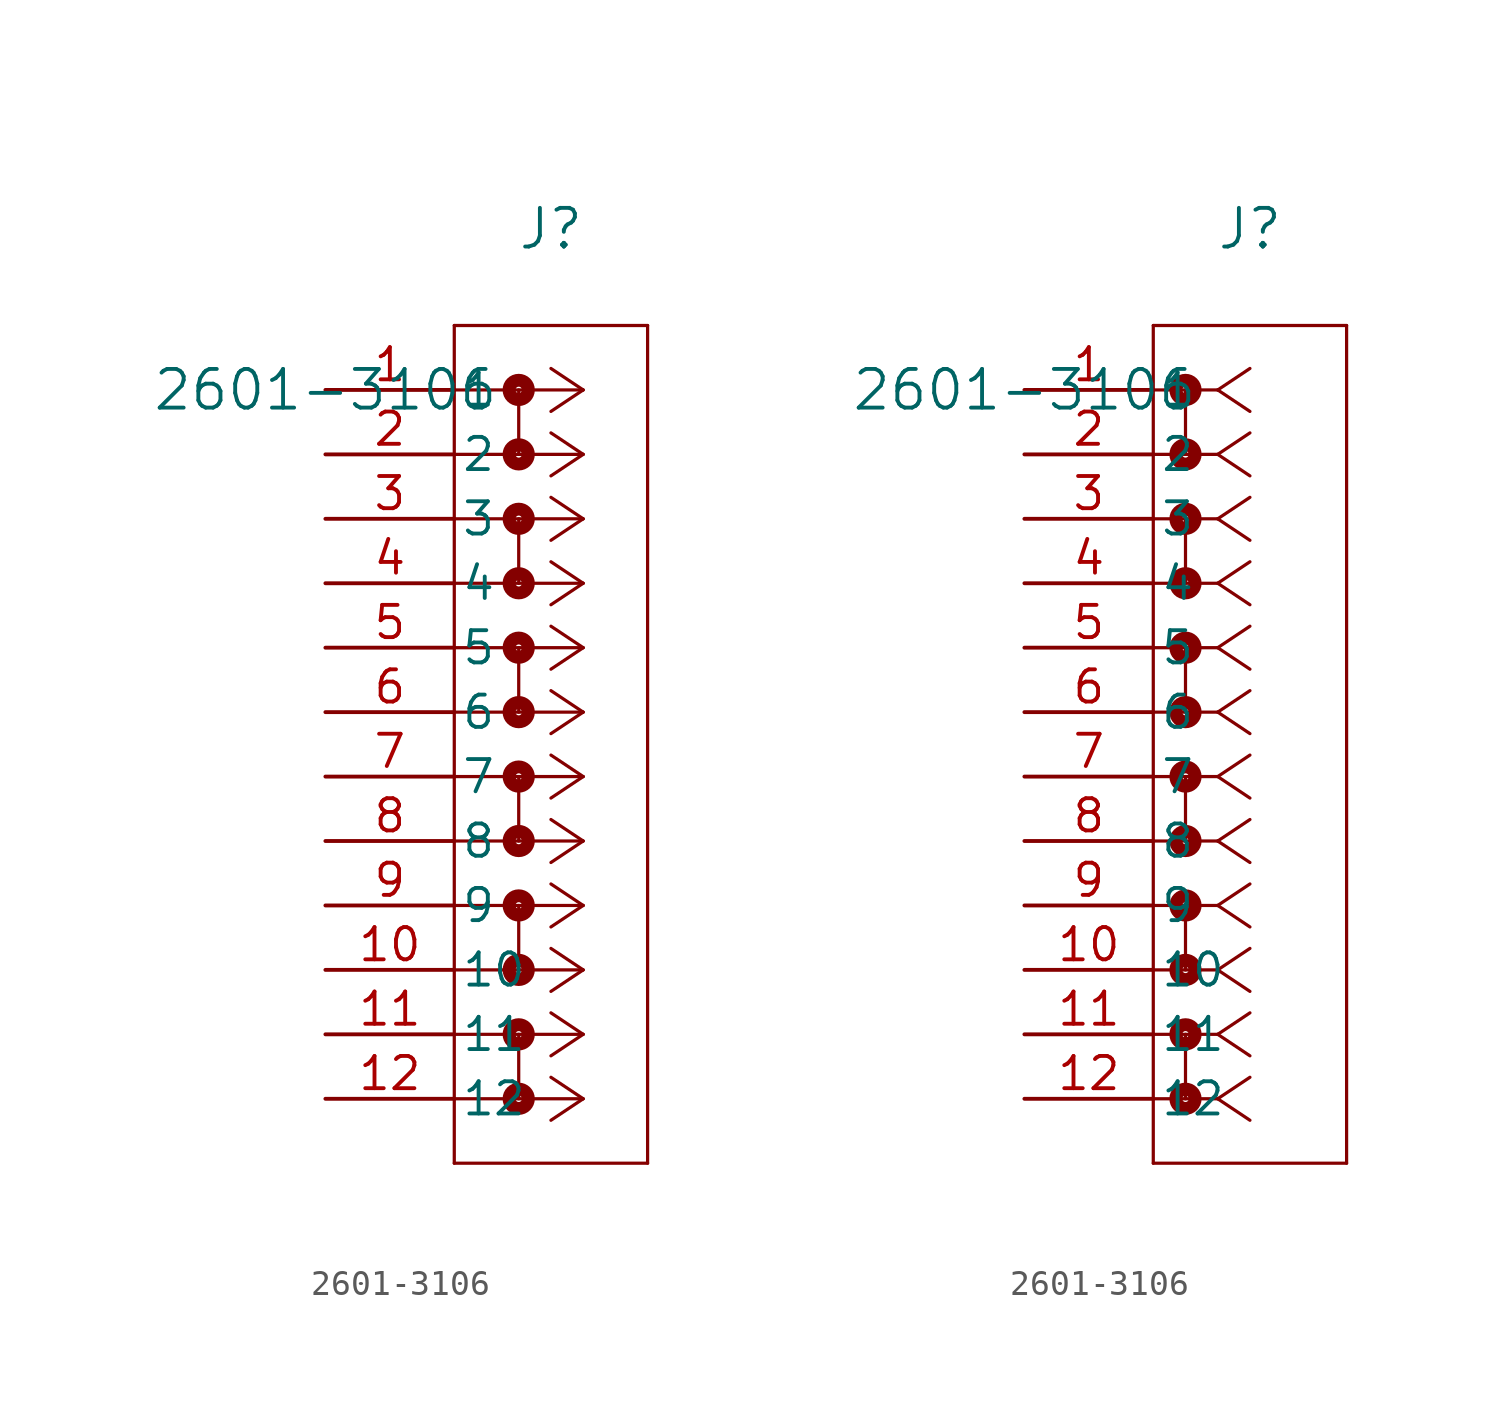
<source format=kicad_sym>
(kicad_symbol_lib
  (version 20211014)
  (generator kicad_symbol_editor)
  (symbol "2601-3106"
    (pin_names
      (offset 0.254))
    (property "Reference" "J"
      (at 8.89 6.35 0)
      (effects (font (size 1.524 1.524))))
    (property "Value" "2601-3106"
      (at 0 0 0)
      (effects (font (size 1.524 1.524))))
    (symbol "2601-3106_1_1"
      (polyline (pts (xy 10.16 0) (xy 5.08 0)) (stroke (width 0.127) (type default) (color 0 0 0 0)) (fill (type none)))
      (polyline (pts (xy 10.16 -2.54) (xy 5.08 -2.54)) (stroke (width 0.127) (type default) (color 0 0 0 0)) (fill (type none)))
      (polyline (pts (xy 10.16 -5.08) (xy 5.08 -5.08)) (stroke (width 0.127) (type default) (color 0 0 0 0)) (fill (type none)))
      (polyline (pts (xy 10.16 -7.62) (xy 5.08 -7.62)) (stroke (width 0.127) (type default) (color 0 0 0 0)) (fill (type none)))
      (polyline (pts (xy 10.16 -10.16) (xy 5.08 -10.16)) (stroke (width 0.127) (type default) (color 0 0 0 0)) (fill (type none)))
      (polyline (pts (xy 10.16 -12.7) (xy 5.08 -12.7)) (stroke (width 0.127) (type default) (color 0 0 0 0)) (fill (type none)))
      (polyline (pts (xy 10.16 -15.24) (xy 5.08 -15.24)) (stroke (width 0.127) (type default) (color 0 0 0 0)) (fill (type none)))
      (polyline (pts (xy 10.16 -17.78) (xy 5.08 -17.78)) (stroke (width 0.127) (type default) (color 0 0 0 0)) (fill (type none)))
      (polyline (pts (xy 10.16 -20.32) (xy 5.08 -20.32)) (stroke (width 0.127) (type default) (color 0 0 0 0)) (fill (type none)))
      (polyline (pts (xy 10.16 -22.86) (xy 5.08 -22.86)) (stroke (width 0.127) (type default) (color 0 0 0 0)) (fill (type none)))
      (polyline (pts (xy 10.16 -25.4) (xy 5.08 -25.4)) (stroke (width 0.127) (type default) (color 0 0 0 0)) (fill (type none)))
      (polyline (pts (xy 10.16 -27.94) (xy 5.08 -27.94)) (stroke (width 0.127) (type default) (color 0 0 0 0)) (fill (type none)))
      (polyline (pts (xy 10.16 0) (xy 8.89 0.847)) (stroke (width 0.127) (type default) (color 0 0 0 0)) (fill (type none)))
      (polyline (pts (xy 10.16 -2.54) (xy 8.89 -1.693)) (stroke (width 0.127) (type default) (color 0 0 0 0)) (fill (type none)))
      (polyline (pts (xy 10.16 -5.08) (xy 8.89 -4.233)) (stroke (width 0.127) (type default) (color 0 0 0 0)) (fill (type none)))
      (polyline (pts (xy 10.16 -7.62) (xy 8.89 -6.773)) (stroke (width 0.127) (type default) (color 0 0 0 0)) (fill (type none)))
      (polyline (pts (xy 10.16 -10.16) (xy 8.89 -9.313)) (stroke (width 0.127) (type default) (color 0 0 0 0)) (fill (type none)))
      (polyline (pts (xy 10.16 -12.7) (xy 8.89 -11.853)) (stroke (width 0.127) (type default) (color 0 0 0 0)) (fill (type none)))
      (polyline (pts (xy 10.16 -15.24) (xy 8.89 -14.393)) (stroke (width 0.127) (type default) (color 0 0 0 0)) (fill (type none)))
      (polyline (pts (xy 10.16 -17.78) (xy 8.89 -16.933)) (stroke (width 0.127) (type default) (color 0 0 0 0)) (fill (type none)))
      (polyline (pts (xy 10.16 -20.32) (xy 8.89 -19.473)) (stroke (width 0.127) (type default) (color 0 0 0 0)) (fill (type none)))
      (polyline (pts (xy 10.16 -22.86) (xy 8.89 -22.013)) (stroke (width 0.127) (type default) (color 0 0 0 0)) (fill (type none)))
      (polyline (pts (xy 10.16 -25.4) (xy 8.89 -24.553)) (stroke (width 0.127) (type default) (color 0 0 0 0)) (fill (type none)))
      (polyline (pts (xy 10.16 -27.94) (xy 8.89 -27.093)) (stroke (width 0.127) (type default) (color 0 0 0 0)) (fill (type none)))
      (polyline (pts (xy 10.16 0) (xy 8.89 -0.847)) (stroke (width 0.127) (type default) (color 0 0 0 0)) (fill (type none)))
      (polyline (pts (xy 10.16 -2.54) (xy 8.89 -3.387)) (stroke (width 0.127) (type default) (color 0 0 0 0)) (fill (type none)))
      (polyline (pts (xy 10.16 -5.08) (xy 8.89 -5.927)) (stroke (width 0.127) (type default) (color 0 0 0 0)) (fill (type none)))
      (polyline (pts (xy 10.16 -7.62) (xy 8.89 -8.467)) (stroke (width 0.127) (type default) (color 0 0 0 0)) (fill (type none)))
      (polyline (pts (xy 10.16 -10.16) (xy 8.89 -11.007)) (stroke (width 0.127) (type default) (color 0 0 0 0)) (fill (type none)))
      (polyline (pts (xy 10.16 -12.7) (xy 8.89 -13.547)) (stroke (width 0.127) (type default) (color 0 0 0 0)) (fill (type none)))
      (polyline (pts (xy 10.16 -15.24) (xy 8.89 -16.087)) (stroke (width 0.127) (type default) (color 0 0 0 0)) (fill (type none)))
      (polyline (pts (xy 10.16 -17.78) (xy 8.89 -18.627)) (stroke (width 0.127) (type default) (color 0 0 0 0)) (fill (type none)))
      (polyline (pts (xy 10.16 -20.32) (xy 8.89 -21.167)) (stroke (width 0.127) (type default) (color 0 0 0 0)) (fill (type none)))
      (polyline (pts (xy 10.16 -22.86) (xy 8.89 -23.707)) (stroke (width 0.127) (type default) (color 0 0 0 0)) (fill (type none)))
      (polyline (pts (xy 10.16 -25.4) (xy 8.89 -26.247)) (stroke (width 0.127) (type default) (color 0 0 0 0)) (fill (type none)))
      (polyline (pts (xy 10.16 -27.94) (xy 8.89 -28.787)) (stroke (width 0.127) (type default) (color 0 0 0 0)) (fill (type none)))
      (polyline (pts (xy 5.08 2.54) (xy 5.08 -30.48)) (stroke (width 0.127) (type default) (color 0 0 0 0)) (fill (type none)))
      (polyline (pts (xy 5.08 -30.48) (xy 12.7 -30.48)) (stroke (width 0.127) (type default) (color 0 0 0 0)) (fill (type none)))
      (polyline (pts (xy 12.7 -30.48) (xy 12.7 2.54)) (stroke (width 0.127) (type default) (color 0 0 0 0)) (fill (type none)))
      (polyline (pts (xy 12.7 2.54) (xy 5.08 2.54)) (stroke (width 0.127) (type default) (color 0 0 0 0)) (fill (type none)))
      (circle (center 7.62 0) (radius 0.127) (stroke (width 0.508) (type default) (color 0 0 0 0)) (fill (type none)))
      (polyline (pts (xy 7.62 0) (xy 7.62 -2.54)) (stroke (width 0.127) (type default) (color 0 0 0 0)) (fill (type none)))
      (circle (center 7.62 -2.54) (radius 0.127) (stroke (width 0.508) (type default) (color 0 0 0 0)) (fill (type none)))
      (circle (center 7.62 -5.08) (radius 0.127) (stroke (width 0.508) (type default) (color 0 0 0 0)) (fill (type none)))
      (polyline (pts (xy 7.62 -5.08) (xy 7.62 -7.62)) (stroke (width 0.127) (type default) (color 0 0 0 0)) (fill (type none)))
      (circle (center 7.62 -7.62) (radius 0.127) (stroke (width 0.508) (type default) (color 0 0 0 0)) (fill (type none)))
      (circle (center 7.62 -10.16) (radius 0.127) (stroke (width 0.508) (type default) (color 0 0 0 0)) (fill (type none)))
      (polyline (pts (xy 7.62 -10.16) (xy 7.62 -12.7)) (stroke (width 0.127) (type default) (color 0 0 0 0)) (fill (type none)))
      (circle (center 7.62 -12.7) (radius 0.127) (stroke (width 0.508) (type default) (color 0 0 0 0)) (fill (type none)))
      (circle (center 7.62 -15.24) (radius 0.127) (stroke (width 0.508) (type default) (color 0 0 0 0)) (fill (type none)))
      (polyline (pts (xy 7.62 -15.24) (xy 7.62 -17.78)) (stroke (width 0.127) (type default) (color 0 0 0 0)) (fill (type none)))
      (circle (center 7.62 -17.78) (radius 0.127) (stroke (width 0.508) (type default) (color 0 0 0 0)) (fill (type none)))
      (circle (center 7.62 -20.32) (radius 0.127) (stroke (width 0.508) (type default) (color 0 0 0 0)) (fill (type none)))
      (polyline (pts (xy 7.62 -20.32) (xy 7.62 -22.86)) (stroke (width 0.127) (type default) (color 0 0 0 0)) (fill (type none)))
      (circle (center 7.62 -22.86) (radius 0.127) (stroke (width 0.508) (type default) (color 0 0 0 0)) (fill (type none)))
      (circle (center 7.62 -25.4) (radius 0.127) (stroke (width 0.508) (type default) (color 0 0 0 0)) (fill (type none)))
      (polyline (pts (xy 7.62 -25.4) (xy 7.62 -27.94)) (stroke (width 0.127) (type default) (color 0 0 0 0)) (fill (type none)))
      (circle (center 7.62 -27.94) (radius 0.127) (stroke (width 0.508) (type default) (color 0 0 0 0)) (fill (type none)))
      (pin unspecified line (at 0 0 0) (length 5.08) (name "1" (effects (font (size 1.27 1.27)))) (number "1" (effects (font (size 1.27 1.27)))))
      (pin unspecified line (at 0 -2.54 0) (length 5.08) (name "2" (effects (font (size 1.27 1.27)))) (number "2" (effects (font (size 1.27 1.27)))))
      (pin unspecified line (at 0 -5.08 0) (length 5.08) (name "3" (effects (font (size 1.27 1.27)))) (number "3" (effects (font (size 1.27 1.27)))))
      (pin unspecified line (at 0 -7.62 0) (length 5.08) (name "4" (effects (font (size 1.27 1.27)))) (number "4" (effects (font (size 1.27 1.27)))))
      (pin unspecified line (at 0 -10.16 0) (length 5.08) (name "5" (effects (font (size 1.27 1.27)))) (number "5" (effects (font (size 1.27 1.27)))))
      (pin unspecified line (at 0 -12.7 0) (length 5.08) (name "6" (effects (font (size 1.27 1.27)))) (number "6" (effects (font (size 1.27 1.27)))))
      (pin unspecified line (at 0 -15.24 0) (length 5.08) (name "7" (effects (font (size 1.27 1.27)))) (number "7" (effects (font (size 1.27 1.27)))))
      (pin unspecified line (at 0 -17.78 0) (length 5.08) (name "8" (effects (font (size 1.27 1.27)))) (number "8" (effects (font (size 1.27 1.27)))))
      (pin unspecified line (at 0 -20.32 0) (length 5.08) (name "9" (effects (font (size 1.27 1.27)))) (number "9" (effects (font (size 1.27 1.27)))))
      (pin unspecified line (at 0 -22.86 0) (length 5.08) (name "10" (effects (font (size 1.27 1.27)))) (number "10" (effects (font (size 1.27 1.27)))))
      (pin unspecified line (at 0 -25.4 0) (length 5.08) (name "11" (effects (font (size 1.27 1.27)))) (number "11" (effects (font (size 1.27 1.27)))))
      (pin unspecified line (at 0 -27.94 0) (length 5.08) (name "12" (effects (font (size 1.27 1.27)))) (number "12" (effects (font (size 1.27 1.27))))))
    (symbol "2601-3106_1_2"
      (polyline (pts (xy 7.62 0) (xy 5.08 0)) (stroke (width 0.127) (type default) (color 0 0 0 0)) (fill (type none)))
      (polyline (pts (xy 7.62 -2.54) (xy 5.08 -2.54)) (stroke (width 0.127) (type default) (color 0 0 0 0)) (fill (type none)))
      (polyline (pts (xy 7.62 -5.08) (xy 5.08 -5.08)) (stroke (width 0.127) (type default) (color 0 0 0 0)) (fill (type none)))
      (polyline (pts (xy 7.62 -7.62) (xy 5.08 -7.62)) (stroke (width 0.127) (type default) (color 0 0 0 0)) (fill (type none)))
      (polyline (pts (xy 7.62 -10.16) (xy 5.08 -10.16)) (stroke (width 0.127) (type default) (color 0 0 0 0)) (fill (type none)))
      (polyline (pts (xy 7.62 -12.7) (xy 5.08 -12.7)) (stroke (width 0.127) (type default) (color 0 0 0 0)) (fill (type none)))
      (polyline (pts (xy 7.62 -15.24) (xy 5.08 -15.24)) (stroke (width 0.127) (type default) (color 0 0 0 0)) (fill (type none)))
      (polyline (pts (xy 7.62 -17.78) (xy 5.08 -17.78)) (stroke (width 0.127) (type default) (color 0 0 0 0)) (fill (type none)))
      (polyline (pts (xy 7.62 -20.32) (xy 5.08 -20.32)) (stroke (width 0.127) (type default) (color 0 0 0 0)) (fill (type none)))
      (polyline (pts (xy 7.62 -22.86) (xy 5.08 -22.86)) (stroke (width 0.127) (type default) (color 0 0 0 0)) (fill (type none)))
      (polyline (pts (xy 7.62 -25.4) (xy 5.08 -25.4)) (stroke (width 0.127) (type default) (color 0 0 0 0)) (fill (type none)))
      (polyline (pts (xy 7.62 -27.94) (xy 5.08 -27.94)) (stroke (width 0.127) (type default) (color 0 0 0 0)) (fill (type none)))
      (polyline (pts (xy 7.62 0) (xy 8.89 0.847)) (stroke (width 0.127) (type default) (color 0 0 0 0)) (fill (type none)))
      (polyline (pts (xy 7.62 -2.54) (xy 8.89 -1.693)) (stroke (width 0.127) (type default) (color 0 0 0 0)) (fill (type none)))
      (polyline (pts (xy 7.62 -5.08) (xy 8.89 -4.233)) (stroke (width 0.127) (type default) (color 0 0 0 0)) (fill (type none)))
      (polyline (pts (xy 7.62 -7.62) (xy 8.89 -6.773)) (stroke (width 0.127) (type default) (color 0 0 0 0)) (fill (type none)))
      (polyline (pts (xy 7.62 -10.16) (xy 8.89 -9.313)) (stroke (width 0.127) (type default) (color 0 0 0 0)) (fill (type none)))
      (polyline (pts (xy 7.62 -12.7) (xy 8.89 -11.853)) (stroke (width 0.127) (type default) (color 0 0 0 0)) (fill (type none)))
      (polyline (pts (xy 7.62 -15.24) (xy 8.89 -14.393)) (stroke (width 0.127) (type default) (color 0 0 0 0)) (fill (type none)))
      (polyline (pts (xy 7.62 -17.78) (xy 8.89 -16.933)) (stroke (width 0.127) (type default) (color 0 0 0 0)) (fill (type none)))
      (polyline (pts (xy 7.62 -20.32) (xy 8.89 -19.473)) (stroke (width 0.127) (type default) (color 0 0 0 0)) (fill (type none)))
      (polyline (pts (xy 7.62 -22.86) (xy 8.89 -22.013)) (stroke (width 0.127) (type default) (color 0 0 0 0)) (fill (type none)))
      (polyline (pts (xy 7.62 -25.4) (xy 8.89 -24.553)) (stroke (width 0.127) (type default) (color 0 0 0 0)) (fill (type none)))
      (polyline (pts (xy 7.62 -27.94) (xy 8.89 -27.093)) (stroke (width 0.127) (type default) (color 0 0 0 0)) (fill (type none)))
      (polyline (pts (xy 7.62 0) (xy 8.89 -0.847)) (stroke (width 0.127) (type default) (color 0 0 0 0)) (fill (type none)))
      (polyline (pts (xy 7.62 -2.54) (xy 8.89 -3.387)) (stroke (width 0.127) (type default) (color 0 0 0 0)) (fill (type none)))
      (polyline (pts (xy 7.62 -5.08) (xy 8.89 -5.927)) (stroke (width 0.127) (type default) (color 0 0 0 0)) (fill (type none)))
      (polyline (pts (xy 7.62 -7.62) (xy 8.89 -8.467)) (stroke (width 0.127) (type default) (color 0 0 0 0)) (fill (type none)))
      (polyline (pts (xy 7.62 -10.16) (xy 8.89 -11.007)) (stroke (width 0.127) (type default) (color 0 0 0 0)) (fill (type none)))
      (polyline (pts (xy 7.62 -12.7) (xy 8.89 -13.547)) (stroke (width 0.127) (type default) (color 0 0 0 0)) (fill (type none)))
      (polyline (pts (xy 7.62 -15.24) (xy 8.89 -16.087)) (stroke (width 0.127) (type default) (color 0 0 0 0)) (fill (type none)))
      (polyline (pts (xy 7.62 -17.78) (xy 8.89 -18.627)) (stroke (width 0.127) (type default) (color 0 0 0 0)) (fill (type none)))
      (polyline (pts (xy 7.62 -20.32) (xy 8.89 -21.167)) (stroke (width 0.127) (type default) (color 0 0 0 0)) (fill (type none)))
      (polyline (pts (xy 7.62 -22.86) (xy 8.89 -23.707)) (stroke (width 0.127) (type default) (color 0 0 0 0)) (fill (type none)))
      (polyline (pts (xy 7.62 -25.4) (xy 8.89 -26.247)) (stroke (width 0.127) (type default) (color 0 0 0 0)) (fill (type none)))
      (polyline (pts (xy 7.62 -27.94) (xy 8.89 -28.787)) (stroke (width 0.127) (type default) (color 0 0 0 0)) (fill (type none)))
      (polyline (pts (xy 5.08 2.54) (xy 5.08 -30.48)) (stroke (width 0.127) (type default) (color 0 0 0 0)) (fill (type none)))
      (polyline (pts (xy 5.08 -30.48) (xy 12.7 -30.48)) (stroke (width 0.127) (type default) (color 0 0 0 0)) (fill (type none)))
      (polyline (pts (xy 12.7 -30.48) (xy 12.7 2.54)) (stroke (width 0.127) (type default) (color 0 0 0 0)) (fill (type none)))
      (polyline (pts (xy 12.7 2.54) (xy 5.08 2.54)) (stroke (width 0.127) (type default) (color 0 0 0 0)) (fill (type none)))
      (circle (center 6.35 0) (radius 0.127) (stroke (width 0.508) (type default) (color 0 0 0 0)) (fill (type none)))
      (polyline (pts (xy 6.35 0) (xy 6.35 -2.54)) (stroke (width 0.127) (type default) (color 0 0 0 0)) (fill (type none)))
      (circle (center 6.35 -2.54) (radius 0.127) (stroke (width 0.508) (type default) (color 0 0 0 0)) (fill (type none)))
      (circle (center 6.35 -5.08) (radius 0.127) (stroke (width 0.508) (type default) (color 0 0 0 0)) (fill (type none)))
      (polyline (pts (xy 6.35 -5.08) (xy 6.35 -7.62)) (stroke (width 0.127) (type default) (color 0 0 0 0)) (fill (type none)))
      (circle (center 6.35 -7.62) (radius 0.127) (stroke (width 0.508) (type default) (color 0 0 0 0)) (fill (type none)))
      (circle (center 6.35 -10.16) (radius 0.127) (stroke (width 0.508) (type default) (color 0 0 0 0)) (fill (type none)))
      (polyline (pts (xy 6.35 -10.16) (xy 6.35 -12.7)) (stroke (width 0.127) (type default) (color 0 0 0 0)) (fill (type none)))
      (circle (center 6.35 -12.7) (radius 0.127) (stroke (width 0.508) (type default) (color 0 0 0 0)) (fill (type none)))
      (circle (center 6.35 -15.24) (radius 0.127) (stroke (width 0.508) (type default) (color 0 0 0 0)) (fill (type none)))
      (polyline (pts (xy 6.35 -15.24) (xy 6.35 -17.78)) (stroke (width 0.127) (type default) (color 0 0 0 0)) (fill (type none)))
      (circle (center 6.35 -17.78) (radius 0.127) (stroke (width 0.508) (type default) (color 0 0 0 0)) (fill (type none)))
      (circle (center 6.35 -20.32) (radius 0.127) (stroke (width 0.508) (type default) (color 0 0 0 0)) (fill (type none)))
      (polyline (pts (xy 6.35 -20.32) (xy 6.35 -22.86)) (stroke (width 0.127) (type default) (color 0 0 0 0)) (fill (type none)))
      (circle (center 6.35 -22.86) (radius 0.127) (stroke (width 0.508) (type default) (color 0 0 0 0)) (fill (type none)))
      (circle (center 6.35 -27.94) (radius 0.127) (stroke (width 0.508) (type default) (color 0 0 0 0)) (fill (type none)))
      (polyline (pts (xy 6.35 -27.94) (xy 6.35 -25.4)) (stroke (width 0.127) (type default) (color 0 0 0 0)) (fill (type none)))
      (circle (center 6.35 -25.4) (radius 0.127) (stroke (width 0.508) (type default) (color 0 0 0 0)) (fill (type none)))
      (pin unspecified line (at 0 0 0) (length 5.08) (name "1" (effects (font (size 1.27 1.27)))) (number "1" (effects (font (size 1.27 1.27)))))
      (pin unspecified line (at 0 -2.54 0) (length 5.08) (name "2" (effects (font (size 1.27 1.27)))) (number "2" (effects (font (size 1.27 1.27)))))
      (pin unspecified line (at 0 -5.08 0) (length 5.08) (name "3" (effects (font (size 1.27 1.27)))) (number "3" (effects (font (size 1.27 1.27)))))
      (pin unspecified line (at 0 -7.62 0) (length 5.08) (name "4" (effects (font (size 1.27 1.27)))) (number "4" (effects (font (size 1.27 1.27)))))
      (pin unspecified line (at 0 -10.16 0) (length 5.08) (name "5" (effects (font (size 1.27 1.27)))) (number "5" (effects (font (size 1.27 1.27)))))
      (pin unspecified line (at 0 -12.7 0) (length 5.08) (name "6" (effects (font (size 1.27 1.27)))) (number "6" (effects (font (size 1.27 1.27)))))
      (pin unspecified line (at 0 -15.24 0) (length 5.08) (name "7" (effects (font (size 1.27 1.27)))) (number "7" (effects (font (size 1.27 1.27)))))
      (pin unspecified line (at 0 -17.78 0) (length 5.08) (name "8" (effects (font (size 1.27 1.27)))) (number "8" (effects (font (size 1.27 1.27)))))
      (pin unspecified line (at 0 -20.32 0) (length 5.08) (name "9" (effects (font (size 1.27 1.27)))) (number "9" (effects (font (size 1.27 1.27)))))
      (pin unspecified line (at 0 -22.86 0) (length 5.08) (name "10" (effects (font (size 1.27 1.27)))) (number "10" (effects (font (size 1.27 1.27)))))
      (pin unspecified line (at 0 -25.4 0) (length 5.08) (name "11" (effects (font (size 1.27 1.27)))) (number "11" (effects (font (size 1.27 1.27)))))
      (pin unspecified line (at 0 -27.94 0) (length 5.08) (name "12" (effects (font (size 1.27 1.27)))) (number "12" (effects (font (size 1.27 1.27))))))))
</source>
